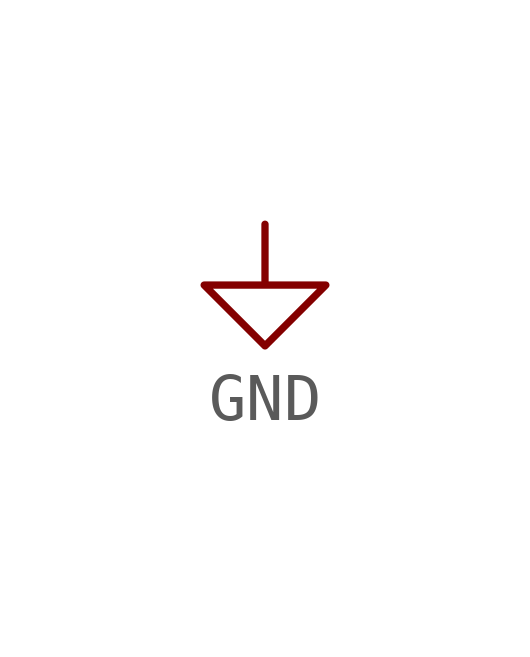
<source format=kicad_sym>
(kicad_symbol_lib
  (version 20241209)
  (generator "kicad_symbol_editor")
  (generator_version "9.0")
  (symbol "GND"
    (power)
    (pin_names
      (offset 0))
    (property "Reference" "#PWR0102"
      (at 0 -6.35 0)
      (effects (font (size 1.27 1.27)) (hide yes)))
    (symbol "GND_0_1"
      (polyline (pts (xy 0 0) (xy 0 -1.27) (xy 1.27 -1.27) (xy 0 -2.54) (xy -1.27 -1.27) (xy 0 -1.27)) (stroke (width 0) (type default)) (fill (type none))))
    (symbol "GND_1_1"
      (pin power_in line (at 0 0 270) (length 0) (hide yes) (name "GND" (effects (font (size 1.27 1.27)))) (number "1" (effects (font (size 1.27 1.27))))))))
</source>
